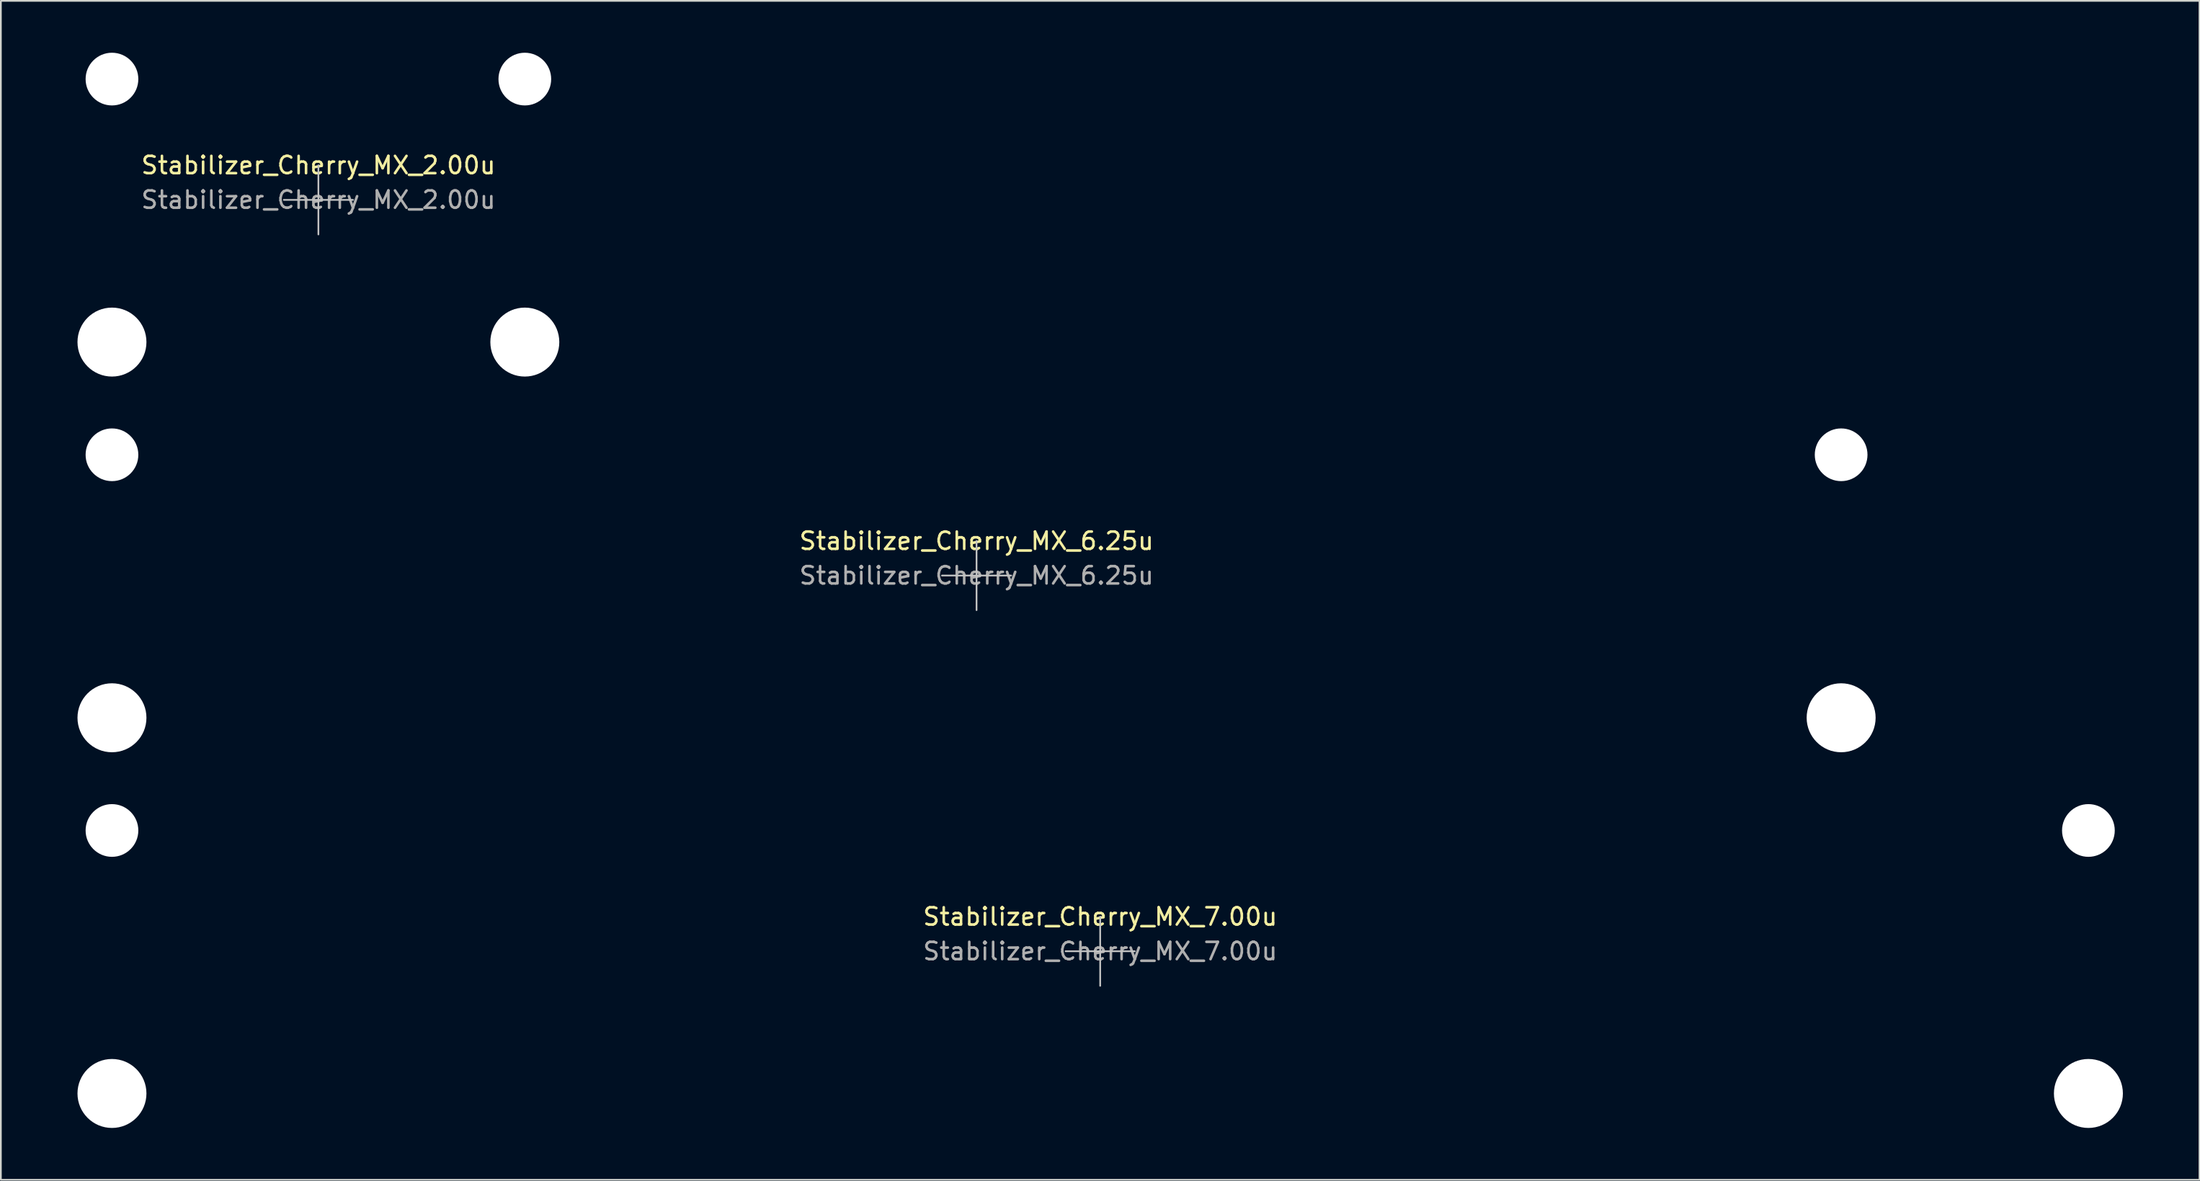
<source format=kicad_pcb>
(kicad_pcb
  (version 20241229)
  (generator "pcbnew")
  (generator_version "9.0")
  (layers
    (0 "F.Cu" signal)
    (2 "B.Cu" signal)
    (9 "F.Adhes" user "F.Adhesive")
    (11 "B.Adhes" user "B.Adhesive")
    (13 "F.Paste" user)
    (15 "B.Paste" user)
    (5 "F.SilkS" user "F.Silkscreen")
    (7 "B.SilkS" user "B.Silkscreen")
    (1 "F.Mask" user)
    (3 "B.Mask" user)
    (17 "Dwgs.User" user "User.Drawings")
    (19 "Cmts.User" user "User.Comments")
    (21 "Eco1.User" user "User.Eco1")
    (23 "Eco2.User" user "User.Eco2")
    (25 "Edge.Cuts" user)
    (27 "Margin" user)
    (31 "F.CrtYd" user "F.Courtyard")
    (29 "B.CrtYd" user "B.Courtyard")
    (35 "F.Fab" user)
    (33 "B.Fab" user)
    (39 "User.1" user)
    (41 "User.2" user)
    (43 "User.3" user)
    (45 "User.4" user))
  (footprint "Stabilizer_Cherry_MX_2.00u"
    (layer "F.Cu")
    (at 15.363 8.509)
    (property "Reference" "Stabilizer_Cherry_MX_2.00u" (at 0 -2 0) (layer "F.SilkS") (effects (font (size 1 1) (thickness 0.15))))
    (attr exclude_from_pos_files exclude_from_bom)
    (fp_line (start -2 0) (end 2 0) (stroke (width 0.1) (type solid)) (layer "Dwgs.User"))
    (fp_line (start 0 2) (end 0 -2) (stroke (width 0.1) (type solid)) (layer "Dwgs.User"))
    (fp_line (start -15.313 -5.53) (end -15.313 6.77) (stroke (width 0.1) (type solid)) (layer "Eco1.User"))
    (fp_line (start -15.313 6.77) (end -8.563 6.77) (stroke (width 0.1) (type solid)) (layer "Eco1.User"))
    (fp_line (start -8.563 -5.53) (end -15.313 -5.53) (stroke (width 0.1) (type solid)) (layer "Eco1.User"))
    (fp_line (start -8.563 6.77) (end -8.563 -5.53) (stroke (width 0.1) (type solid)) (layer "Eco1.User"))
    (fp_line (start 8.563 -5.53) (end 8.563 6.77) (stroke (width 0.1) (type solid)) (layer "Eco1.User"))
    (fp_line (start 8.563 6.77) (end 15.313 6.77) (stroke (width 0.1) (type solid)) (layer "Eco1.User"))
    (fp_line (start 15.313 -5.53) (end 8.563 -5.53) (stroke (width 0.1) (type solid)) (layer "Eco1.User"))
    (fp_line (start 15.313 6.77) (end 15.313 -5.53) (stroke (width 0.1) (type solid)) (layer "Eco1.User"))
    (fp_text user "${REFERENCE}" (at 0 0 0) (layer "F.Fab") (effects (font (size 1 1) (thickness 0.15))))
    (pad "" np_thru_hole circle (at -11.938 -6.985) (size 3.048 3.048) (drill 3.048) (layers "*.Cu" "*.Mask"))
    (pad "" np_thru_hole circle (at -11.938 8.225) (size 3.988 3.988) (drill 3.988) (layers "*.Cu" "*.Mask"))
    (pad "" np_thru_hole circle (at 11.938 -6.985) (size 3.048 3.048) (drill 3.048) (layers "*.Cu" "*.Mask"))
    (pad "" np_thru_hole circle (at 11.938 8.225) (size 3.988 3.988) (drill 3.988) (layers "*.Cu" "*.Mask")))
  (footprint "Stabilizer_Cherry_MX_6.25u"
    (layer "F.Cu")
    (at 53.425 30.237)
    (property "Reference" "Stabilizer_Cherry_MX_6.25u" (at 0 -2 0) (layer "F.SilkS") (effects (font (size 1 1) (thickness 0.15))))
    (attr exclude_from_pos_files exclude_from_bom)
    (fp_line (start -2 0) (end 2 0) (stroke (width 0.1) (type solid)) (layer "Dwgs.User"))
    (fp_line (start 0 2) (end 0 -2) (stroke (width 0.1) (type solid)) (layer "Dwgs.User"))
    (fp_line (start -53.375 -5.53) (end -53.375 6.77) (stroke (width 0.1) (type solid)) (layer "Eco1.User"))
    (fp_line (start -53.375 6.77) (end -46.625 6.77) (stroke (width 0.1) (type solid)) (layer "Eco1.User"))
    (fp_line (start -46.625 -5.53) (end -53.375 -5.53) (stroke (width 0.1) (type solid)) (layer "Eco1.User"))
    (fp_line (start -46.625 6.77) (end -46.625 -5.53) (stroke (width 0.1) (type solid)) (layer "Eco1.User"))
    (fp_line (start 46.625 -5.53) (end 46.625 6.77) (stroke (width 0.1) (type solid)) (layer "Eco1.User"))
    (fp_line (start 46.625 6.77) (end 53.375 6.77) (stroke (width 0.1) (type solid)) (layer "Eco1.User"))
    (fp_line (start 53.375 -5.53) (end 46.625 -5.53) (stroke (width 0.1) (type solid)) (layer "Eco1.User"))
    (fp_line (start 53.375 6.77) (end 53.375 -5.53) (stroke (width 0.1) (type solid)) (layer "Eco1.User"))
    (fp_text user "${REFERENCE}" (at 0 0 0) (layer "F.Fab") (effects (font (size 1 1) (thickness 0.15))))
    (pad "" np_thru_hole circle (at -50 -6.985) (size 3.048 3.048) (drill 3.048) (layers "*.Cu" "*.Mask"))
    (pad "" np_thru_hole circle (at -50 8.225) (size 3.988 3.988) (drill 3.988) (layers "*.Cu" "*.Mask"))
    (pad "" np_thru_hole circle (at 50 -6.985) (size 3.048 3.048) (drill 3.048) (layers "*.Cu" "*.Mask"))
    (pad "" np_thru_hole circle (at 50 8.225) (size 3.988 3.988) (drill 3.988) (layers "*.Cu" "*.Mask")))
  (footprint "Stabilizer_Cherry_MX_7.00u"
    (layer "F.Cu")
    (at 60.575 51.965)
    (property "Reference" "Stabilizer_Cherry_MX_7.00u" (at 0 -2 0) (layer "F.SilkS") (effects (font (size 1 1) (thickness 0.15))))
    (attr exclude_from_pos_files exclude_from_bom)
    (fp_line (start -2 0) (end 2 0) (stroke (width 0.1) (type solid)) (layer "Dwgs.User"))
    (fp_line (start 0 2) (end 0 -2) (stroke (width 0.1) (type solid)) (layer "Dwgs.User"))
    (fp_line (start -60.525 -5.53) (end -60.525 6.77) (stroke (width 0.1) (type solid)) (layer "Eco1.User"))
    (fp_line (start -60.525 6.77) (end -53.775 6.77) (stroke (width 0.1) (type solid)) (layer "Eco1.User"))
    (fp_line (start -53.775 -5.53) (end -60.525 -5.53) (stroke (width 0.1) (type solid)) (layer "Eco1.User"))
    (fp_line (start -53.775 6.77) (end -53.775 -5.53) (stroke (width 0.1) (type solid)) (layer "Eco1.User"))
    (fp_line (start 53.775 -5.53) (end 53.775 6.77) (stroke (width 0.1) (type solid)) (layer "Eco1.User"))
    (fp_line (start 53.775 6.77) (end 60.525 6.77) (stroke (width 0.1) (type solid)) (layer "Eco1.User"))
    (fp_line (start 60.525 -5.53) (end 53.775 -5.53) (stroke (width 0.1) (type solid)) (layer "Eco1.User"))
    (fp_line (start 60.525 6.77) (end 60.525 -5.53) (stroke (width 0.1) (type solid)) (layer "Eco1.User"))
    (fp_text user "${REFERENCE}" (at 0 0 0) (layer "F.Fab") (effects (font (size 1 1) (thickness 0.15))))
    (pad "" np_thru_hole circle (at -57.15 -6.985) (size 3.048 3.048) (drill 3.048) (layers "*.Cu" "*.Mask"))
    (pad "" np_thru_hole circle (at -57.15 8.225) (size 3.988 3.988) (drill 3.988) (layers "*.Cu" "*.Mask"))
    (pad "" np_thru_hole circle (at 57.15 -6.985) (size 3.048 3.048) (drill 3.048) (layers "*.Cu" "*.Mask"))
    (pad "" np_thru_hole circle (at 57.15 8.225) (size 3.988 3.988) (drill 3.988) (layers "*.Cu" "*.Mask")))
  (gr_rect
    (start -3 -3)
    (end 124.15 65.184)
    (stroke (width 0.1) (type default))
    (fill no)
    (layer "Edge.Cuts")))
</source>
